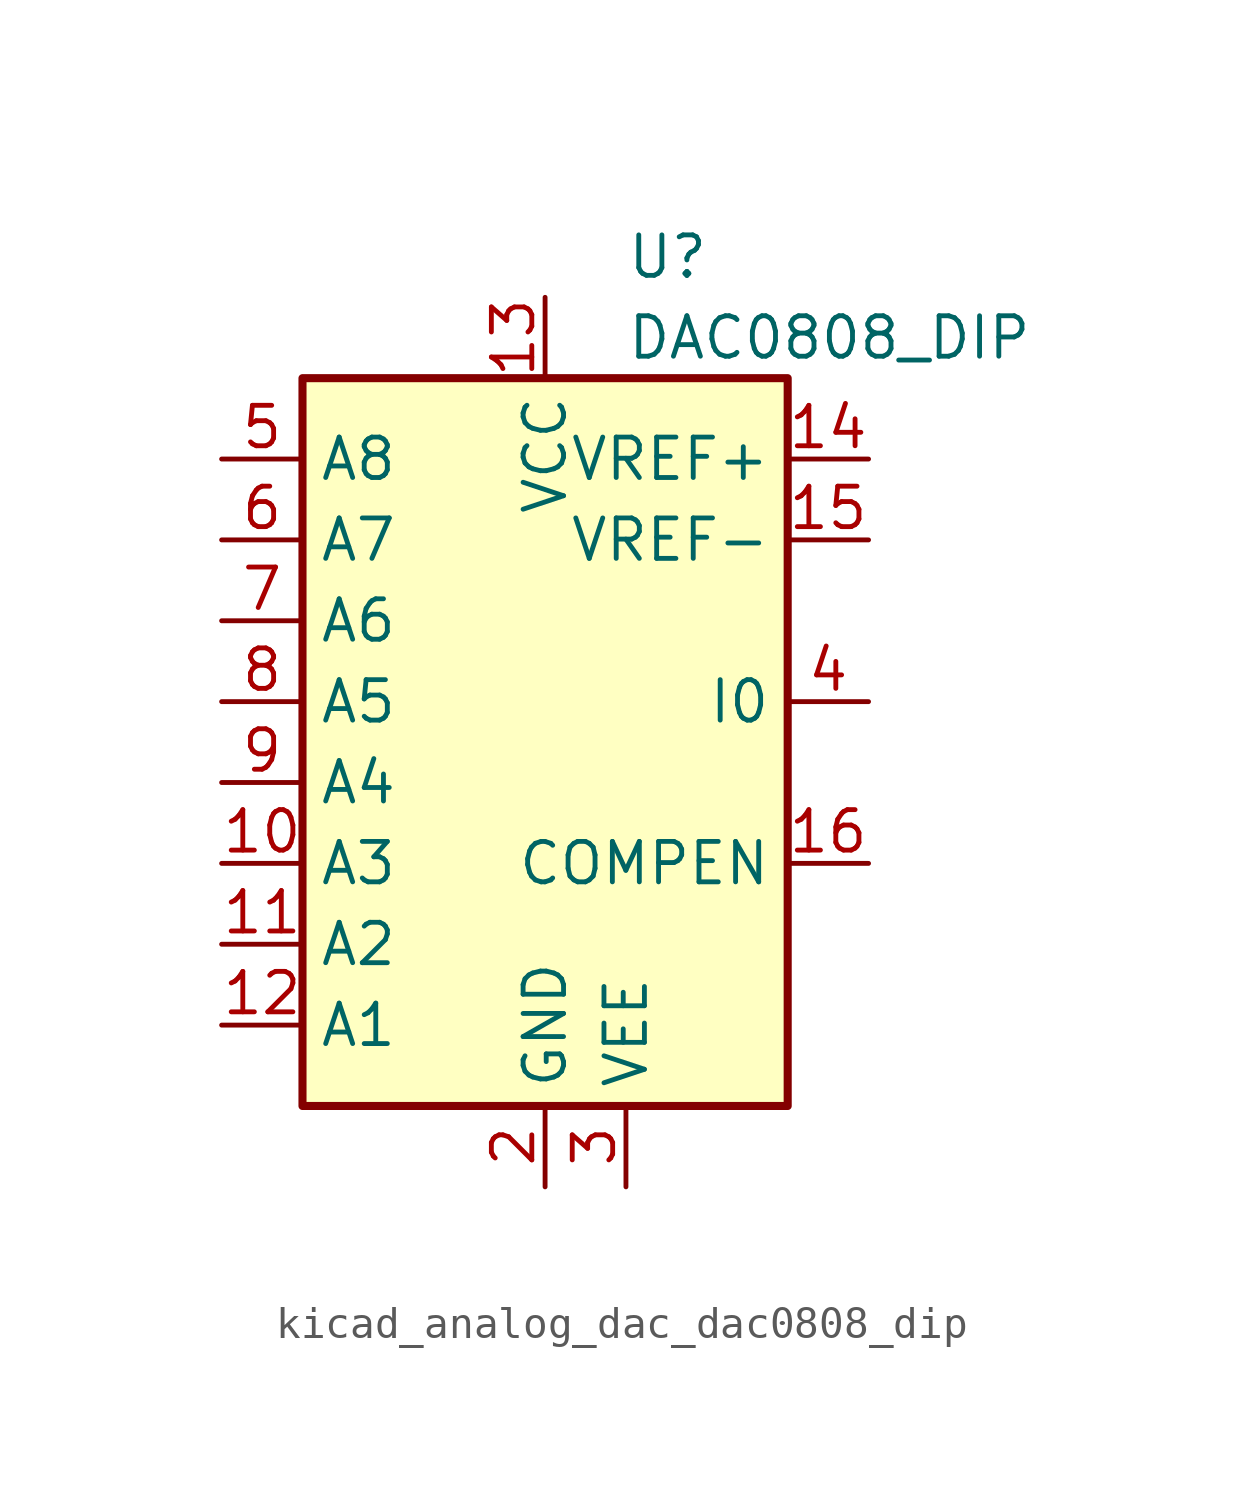
<source format=kicad_sym>
(kicad_symbol_lib
  (version 20220914)
  (generator kicad_symbol_editor)
  (symbol "kicad_analog_dac_dac0808_dip"
    (property "Reference" "U"
      (at 2.54 16.51 0)
      (effects (font (size 1.27 1.27)) (justify left)))
    (property "Value" "DAC0808_DIP"
      (at 2.54 13.97 0)
      (effects (font (size 1.27 1.27)) (justify left)))
    (symbol "kicad_analog_dac_dac0808_dip_0_0"
      (rectangle (start -7.62 -10.16) (end 7.62 12.7) (stroke (width 0.254) (type default)) (fill (type background))))
    (symbol "kicad_analog_dac_dac0808_dip_1_1"
      (pin no_connect line (at 7.62 -5.08 180) (length 2.54) hide (name "NC" (effects (font (size 1.27 1.27)))) (number "1" (effects (font (size 1.27 1.27)))))
      (pin input line (at -10.16 -2.54 0) (length 2.54) (name "A3" (effects (font (size 1.27 1.27)))) (number "10" (effects (font (size 1.27 1.27)))))
      (pin input line (at -10.16 -5.08 0) (length 2.54) (name "A2" (effects (font (size 1.27 1.27)))) (number "11" (effects (font (size 1.27 1.27)))))
      (pin input line (at -10.16 -7.62 0) (length 2.54) (name "A1" (effects (font (size 1.27 1.27)))) (number "12" (effects (font (size 1.27 1.27)))))
      (pin power_in line (at 0 15.24 270) (length 2.54) (name "VCC" (effects (font (size 1.27 1.27)))) (number "13" (effects (font (size 1.27 1.27)))))
      (pin output line (at 10.16 10.16 180) (length 2.54) (name "VREF+" (effects (font (size 1.27 1.27)))) (number "14" (effects (font (size 1.27 1.27)))))
      (pin output line (at 10.16 7.62 180) (length 2.54) (name "VREF-" (effects (font (size 1.27 1.27)))) (number "15" (effects (font (size 1.27 1.27)))))
      (pin passive line (at 10.16 -2.54 180) (length 2.54) (name "COMPEN" (effects (font (size 1.27 1.27)))) (number "16" (effects (font (size 1.27 1.27)))))
      (pin power_in line (at 0 -12.7 90) (length 2.54) (name "GND" (effects (font (size 1.27 1.27)))) (number "2" (effects (font (size 1.27 1.27)))))
      (pin power_in line (at 2.54 -12.7 90) (length 2.54) (name "VEE" (effects (font (size 1.27 1.27)))) (number "3" (effects (font (size 1.27 1.27)))))
      (pin input line (at 10.16 2.54 180) (length 2.54) (name "I0" (effects (font (size 1.27 1.27)))) (number "4" (effects (font (size 1.27 1.27)))))
      (pin input line (at -10.16 10.16 0) (length 2.54) (name "A8" (effects (font (size 1.27 1.27)))) (number "5" (effects (font (size 1.27 1.27)))))
      (pin input line (at -10.16 7.62 0) (length 2.54) (name "A7" (effects (font (size 1.27 1.27)))) (number "6" (effects (font (size 1.27 1.27)))))
      (pin input line (at -10.16 5.08 0) (length 2.54) (name "A6" (effects (font (size 1.27 1.27)))) (number "7" (effects (font (size 1.27 1.27)))))
      (pin input line (at -10.16 2.54 0) (length 2.54) (name "A5" (effects (font (size 1.27 1.27)))) (number "8" (effects (font (size 1.27 1.27)))))
      (pin input line (at -10.16 0 0) (length 2.54) (name "A4" (effects (font (size 1.27 1.27)))) (number "9" (effects (font (size 1.27 1.27))))))))
</source>
